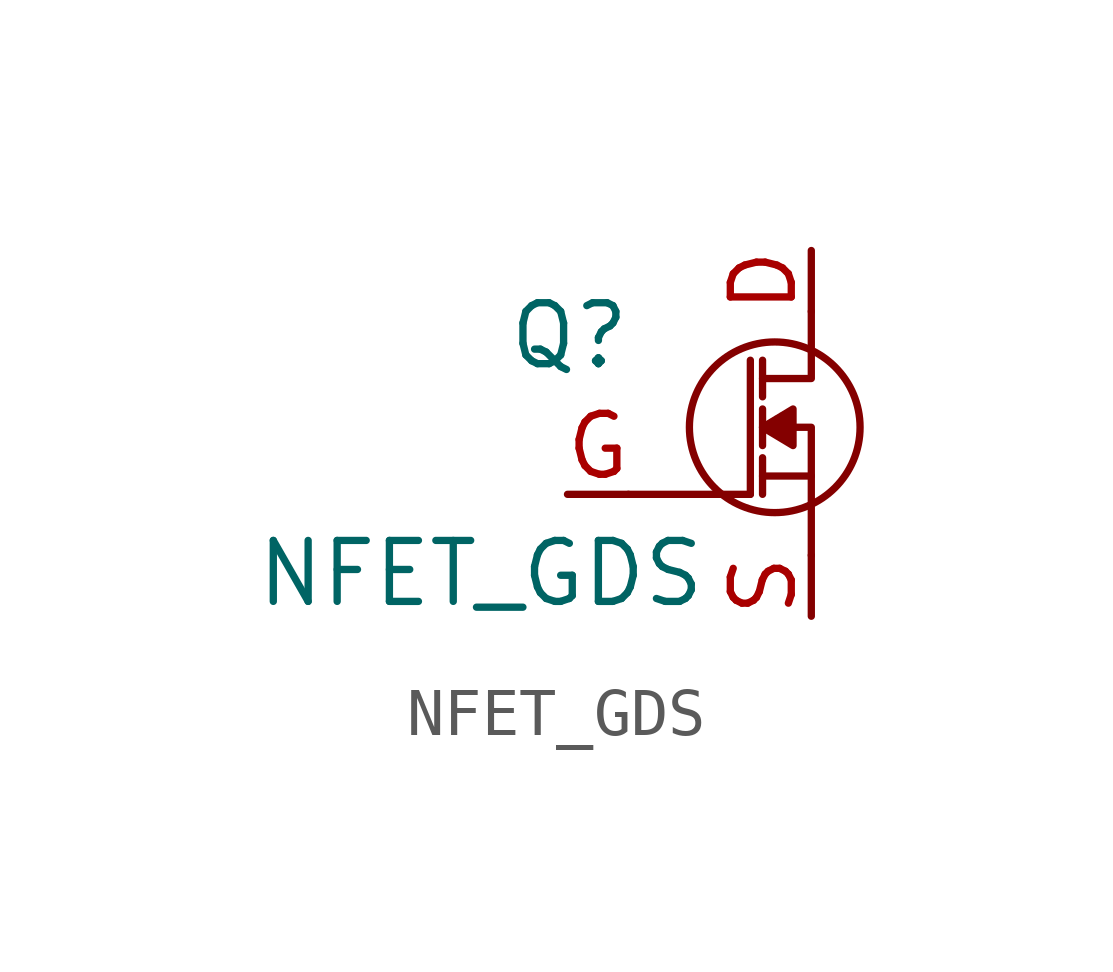
<source format=kicad_sym>
(kicad_symbol_lib
  (version 20211014)
  (generator kicad_symbol_editor)
  (symbol "NFET_GDS"
    (pin_names
      (offset 0.025) hide)
    (property "Reference" "Q"
      (at -6.35 0.762 0)
      (effects (font (size 1.27 1.27)) (justify left)))
    (property "Value" "NFET_GDS"
      (at -2.159 -4.191 0)
      (effects (font (size 1.27 1.27)) (justify right)))
    (symbol "NFET_GDS_0_1"
      (circle (center -0.762 -1.143) (radius 1.778) (stroke (width 0) (type default) (color 0 0 0 0)) (fill (type none)))
      (polyline (pts (xy -3.81 -2.54) (xy -1.27 -2.54)) (stroke (width 0) (type default) (color 0 0 0 0)) (fill (type none)))
      (polyline (pts (xy -1.27 -2.54) (xy -1.27 0.254)) (stroke (width 0) (type default) (color 0 0 0 0)) (fill (type none)))
      (polyline (pts (xy -1.016 -2.159) (xy 0 -2.159)) (stroke (width 0) (type default) (color 0 0 0 0)) (fill (type none)))
      (polyline (pts (xy -1.016 -1.778) (xy -1.016 -2.54)) (stroke (width 0) (type default) (color 0 0 0 0)) (fill (type none)))
      (polyline (pts (xy -1.016 -0.762) (xy -1.016 -1.524)) (stroke (width 0) (type default) (color 0 0 0 0)) (fill (type none)))
      (polyline (pts (xy -1.016 0.254) (xy -1.016 -0.508)) (stroke (width 0) (type default) (color 0 0 0 0)) (fill (type none)))
      (polyline (pts (xy -1.016 -1.143) (xy 0 -1.143) (xy 0 -3.81)) (stroke (width 0) (type default) (color 0 0 0 0)) (fill (type none)))
      (polyline (pts (xy -1.016 -0.127) (xy 0 -0.127) (xy 0 1.27)) (stroke (width 0) (type default) (color 0 0 0 0)) (fill (type none)))
      (polyline (pts (xy -1.016 -1.143) (xy -0.381 -0.762) (xy -0.381 -1.524) (xy -1.016 -1.143)) (stroke (width 0) (type default) (color 0 0 0 0)) (fill (type outline))))
    (symbol "NFET_GDS_1_1"
      (pin passive line (at 0 2.54 270) (length 1.27) (name "D" (effects (font (size 1.27 1.27)))) (number "D" (effects (font (size 1.27 1.27)))))
      (pin passive line (at -5.08 -2.54 0) (length 1.27) (name "G" (effects (font (size 1.27 1.27)))) (number "G" (effects (font (size 1.27 1.27)))))
      (pin passive line (at 0 -5.08 90) (length 1.27) (name "S" (effects (font (size 1.27 1.27)))) (number "S" (effects (font (size 1.27 1.27))))))))
</source>
